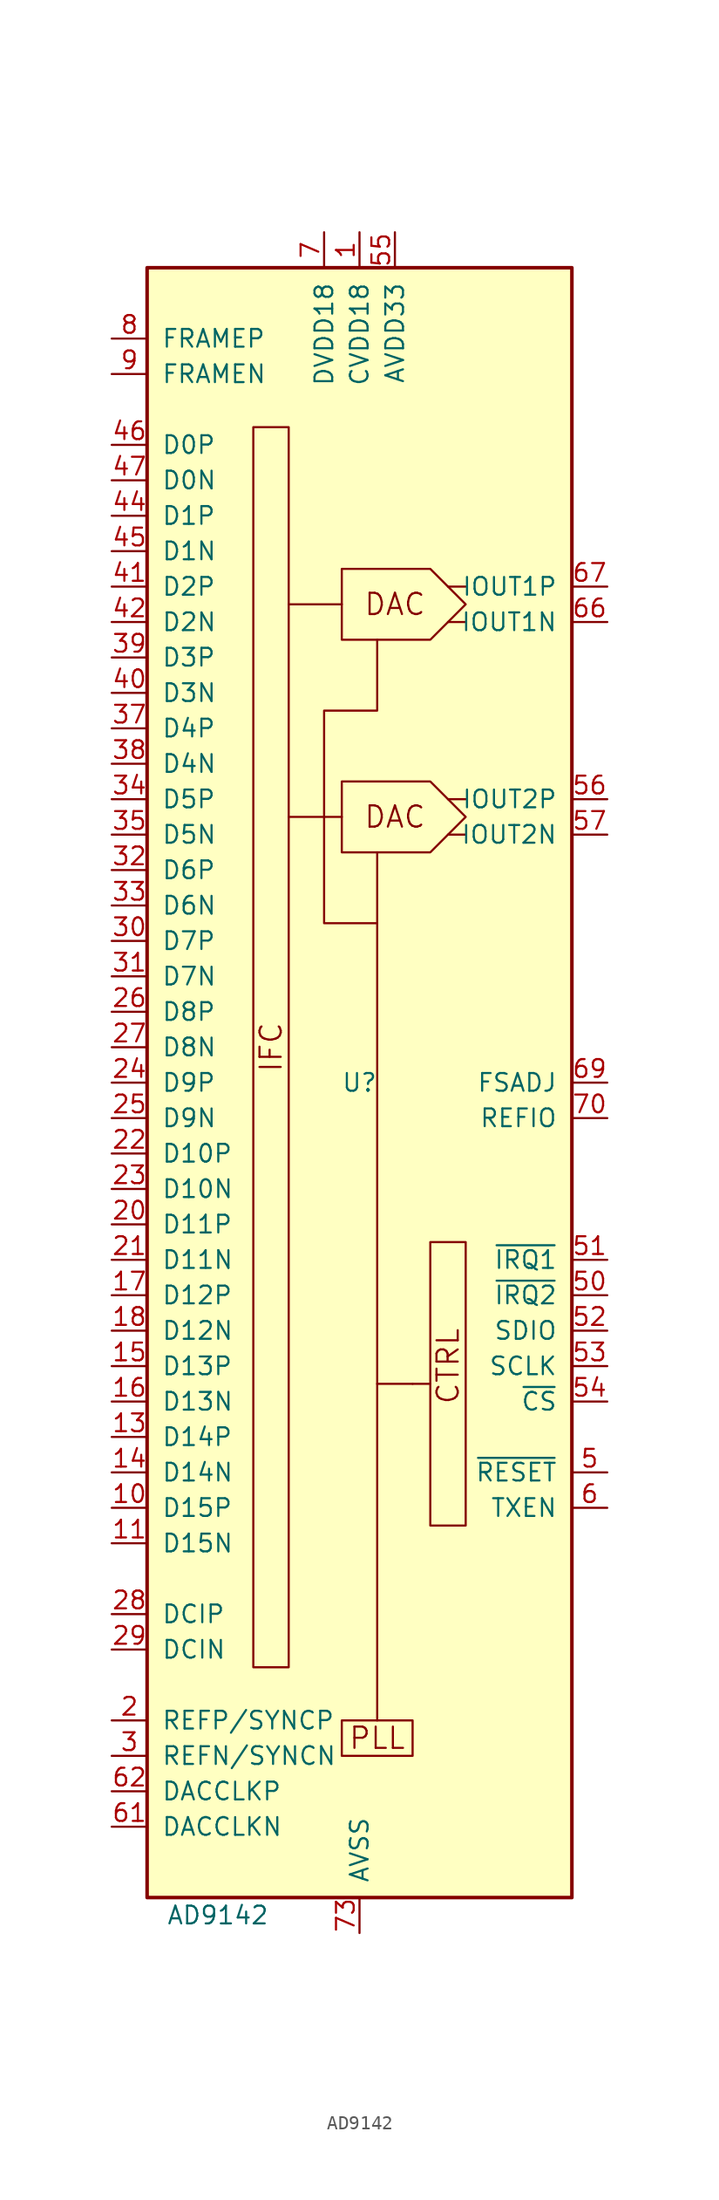
<source format=kicad_sym>
(kicad_symbol_lib
  (version 20201005)
  (generator kicad_symbol_editor)
  (symbol "Analog_DAC:AD9142"
    (pin_names
      (offset 1.016))
    (property "Reference" "U"
      (at 0 0 0)
      (effects (font (size 1.27 1.27))))
    (property "Value" "AD9142"
      (at -10.16 -59.69 0)
      (effects (font (size 1.27 1.27))))
    (symbol "AD9142_0_0"
      (text "CTRL" (at 6.35 -20.32 900) (effects (font (size 1.524 1.524))))
      (text "DAC" (at 2.54 19.05 0) (effects (font (size 1.524 1.524))))
      (text "DAC" (at 2.54 34.29 0) (effects (font (size 1.524 1.524))))
      (text "IFC" (at -6.35 2.54 900) (effects (font (size 1.524 1.524))))
      (text "PLL" (at 1.27 -46.99 0) (effects (font (size 1.524 1.524))))
      (rectangle (start -7.62 46.99) (end -5.08 -41.91) (stroke (width 0)) (fill (type none)))
      (rectangle (start -1.27 -45.72) (end 3.81 -48.26) (stroke (width 0)) (fill (type none)))
      (rectangle (start 5.08 -11.43) (end 7.62 -31.75) (stroke (width 0)) (fill (type none)))
      (polyline (pts (xy -1.27 19.05) (xy -5.08 19.05)) (stroke (width 0)) (fill (type none)))
      (polyline (pts (xy -1.27 34.29) (xy -5.08 34.29)) (stroke (width 0)) (fill (type none)))
      (polyline (pts (xy 1.27 -45.72) (xy 1.27 16.51)) (stroke (width 0)) (fill (type none)))
      (polyline (pts (xy 3.81 -21.59) (xy 1.27 -21.59)) (stroke (width 0)) (fill (type none)))
      (polyline (pts (xy 5.08 -21.59) (xy 3.81 -21.59)) (stroke (width 0)) (fill (type none)))
      (polyline (pts (xy 6.35 17.78) (xy 7.62 17.78)) (stroke (width 0)) (fill (type none)))
      (polyline (pts (xy 6.35 20.32) (xy 7.62 20.32)) (stroke (width 0)) (fill (type none)))
      (polyline (pts (xy 6.35 33.02) (xy 7.62 33.02)) (stroke (width 0)) (fill (type none)))
      (polyline (pts (xy 6.35 35.56) (xy 7.62 35.56)) (stroke (width 0)) (fill (type none)))
      (polyline (pts (xy 1.27 11.43) (xy -2.54 11.43) (xy -2.54 26.67) (xy 1.27 26.67) (xy 1.27 31.75)) (stroke (width 0)) (fill (type none)))
      (polyline (pts (xy -1.27 21.59) (xy 5.08 21.59) (xy 7.62 19.05) (xy 5.08 16.51) (xy -1.27 16.51) (xy -1.27 21.59)) (stroke (width 0)) (fill (type none)))
      (polyline (pts (xy -1.27 36.83) (xy 5.08 36.83) (xy 7.62 34.29) (xy 5.08 31.75) (xy -1.27 31.75) (xy -1.27 36.83)) (stroke (width 0)) (fill (type none))))
    (symbol "AD9142_0_1"
      (rectangle (start -15.24 58.42) (end 15.24 -58.42) (stroke (width 0.254)) (fill (type background))))
    (symbol "AD9142_1_1"
      (pin power_in line (at 0 60.96 270) (length 2.54) (name "CVDD18" (effects (font (size 1.27 1.27)))) (number "1" (effects (font (size 1.27 1.27)))))
      (pin input line (at -17.78 -30.48 0) (length 2.54) (name "D15P" (effects (font (size 1.27 1.27)))) (number "10" (effects (font (size 1.27 1.27)))))
      (pin input line (at -17.78 -33.02 0) (length 2.54) (name "D15N" (effects (font (size 1.27 1.27)))) (number "11" (effects (font (size 1.27 1.27)))))
      (pin passive line (at -2.54 60.96 270) (length 2.54) hide (name "DVDD18" (effects (font (size 1.27 1.27)))) (number "12" (effects (font (size 1.27 1.27)))))
      (pin input line (at -17.78 -25.4 0) (length 2.54) (name "D14P" (effects (font (size 1.27 1.27)))) (number "13" (effects (font (size 1.27 1.27)))))
      (pin input line (at -17.78 -27.94 0) (length 2.54) (name "D14N" (effects (font (size 1.27 1.27)))) (number "14" (effects (font (size 1.27 1.27)))))
      (pin input line (at -17.78 -20.32 0) (length 2.54) (name "D13P" (effects (font (size 1.27 1.27)))) (number "15" (effects (font (size 1.27 1.27)))))
      (pin input line (at -17.78 -22.86 0) (length 2.54) (name "D13N" (effects (font (size 1.27 1.27)))) (number "16" (effects (font (size 1.27 1.27)))))
      (pin input line (at -17.78 -15.24 0) (length 2.54) (name "D12P" (effects (font (size 1.27 1.27)))) (number "17" (effects (font (size 1.27 1.27)))))
      (pin input line (at -17.78 -17.78 0) (length 2.54) (name "D12N" (effects (font (size 1.27 1.27)))) (number "18" (effects (font (size 1.27 1.27)))))
      (pin passive line (at -2.54 60.96 270) (length 2.54) hide (name "DVDD18" (effects (font (size 1.27 1.27)))) (number "19" (effects (font (size 1.27 1.27)))))
      (pin input line (at -17.78 -45.72 0) (length 2.54) (name "REFP/SYNCP" (effects (font (size 1.27 1.27)))) (number "2" (effects (font (size 1.27 1.27)))))
      (pin input line (at -17.78 -10.16 0) (length 2.54) (name "D11P" (effects (font (size 1.27 1.27)))) (number "20" (effects (font (size 1.27 1.27)))))
      (pin input line (at -17.78 -12.7 0) (length 2.54) (name "D11N" (effects (font (size 1.27 1.27)))) (number "21" (effects (font (size 1.27 1.27)))))
      (pin input line (at -17.78 -5.08 0) (length 2.54) (name "D10P" (effects (font (size 1.27 1.27)))) (number "22" (effects (font (size 1.27 1.27)))))
      (pin input line (at -17.78 -7.62 0) (length 2.54) (name "D10N" (effects (font (size 1.27 1.27)))) (number "23" (effects (font (size 1.27 1.27)))))
      (pin input line (at -17.78 0 0) (length 2.54) (name "D9P" (effects (font (size 1.27 1.27)))) (number "24" (effects (font (size 1.27 1.27)))))
      (pin input line (at -17.78 -2.54 0) (length 2.54) (name "D9N" (effects (font (size 1.27 1.27)))) (number "25" (effects (font (size 1.27 1.27)))))
      (pin input line (at -17.78 5.08 0) (length 2.54) (name "D8P" (effects (font (size 1.27 1.27)))) (number "26" (effects (font (size 1.27 1.27)))))
      (pin input line (at -17.78 2.54 0) (length 2.54) (name "D8N" (effects (font (size 1.27 1.27)))) (number "27" (effects (font (size 1.27 1.27)))))
      (pin input line (at -17.78 -38.1 0) (length 2.54) (name "DCIP" (effects (font (size 1.27 1.27)))) (number "28" (effects (font (size 1.27 1.27)))))
      (pin input line (at -17.78 -40.64 0) (length 2.54) (name "DCIN" (effects (font (size 1.27 1.27)))) (number "29" (effects (font (size 1.27 1.27)))))
      (pin input line (at -17.78 -48.26 0) (length 2.54) (name "REFN/SYNCN" (effects (font (size 1.27 1.27)))) (number "3" (effects (font (size 1.27 1.27)))))
      (pin input line (at -17.78 10.16 0) (length 2.54) (name "D7P" (effects (font (size 1.27 1.27)))) (number "30" (effects (font (size 1.27 1.27)))))
      (pin input line (at -17.78 7.62 0) (length 2.54) (name "D7N" (effects (font (size 1.27 1.27)))) (number "31" (effects (font (size 1.27 1.27)))))
      (pin input line (at -17.78 15.24 0) (length 2.54) (name "D6P" (effects (font (size 1.27 1.27)))) (number "32" (effects (font (size 1.27 1.27)))))
      (pin input line (at -17.78 12.7 0) (length 2.54) (name "D6N" (effects (font (size 1.27 1.27)))) (number "33" (effects (font (size 1.27 1.27)))))
      (pin input line (at -17.78 20.32 0) (length 2.54) (name "D5P" (effects (font (size 1.27 1.27)))) (number "34" (effects (font (size 1.27 1.27)))))
      (pin input line (at -17.78 17.78 0) (length 2.54) (name "D5N" (effects (font (size 1.27 1.27)))) (number "35" (effects (font (size 1.27 1.27)))))
      (pin passive line (at -2.54 60.96 270) (length 2.54) hide (name "DVDD18" (effects (font (size 1.27 1.27)))) (number "36" (effects (font (size 1.27 1.27)))))
      (pin input line (at -17.78 25.4 0) (length 2.54) (name "D4P" (effects (font (size 1.27 1.27)))) (number "37" (effects (font (size 1.27 1.27)))))
      (pin input line (at -17.78 22.86 0) (length 2.54) (name "D4N" (effects (font (size 1.27 1.27)))) (number "38" (effects (font (size 1.27 1.27)))))
      (pin input line (at -17.78 30.48 0) (length 2.54) (name "D3P" (effects (font (size 1.27 1.27)))) (number "39" (effects (font (size 1.27 1.27)))))
      (pin passive line (at 0 60.96 270) (length 2.54) hide (name "CVDD18" (effects (font (size 1.27 1.27)))) (number "4" (effects (font (size 1.27 1.27)))))
      (pin input line (at -17.78 27.94 0) (length 2.54) (name "D3N" (effects (font (size 1.27 1.27)))) (number "40" (effects (font (size 1.27 1.27)))))
      (pin input line (at -17.78 35.56 0) (length 2.54) (name "D2P" (effects (font (size 1.27 1.27)))) (number "41" (effects (font (size 1.27 1.27)))))
      (pin input line (at -17.78 33.02 0) (length 2.54) (name "D2N" (effects (font (size 1.27 1.27)))) (number "42" (effects (font (size 1.27 1.27)))))
      (pin passive line (at -2.54 60.96 270) (length 2.54) hide (name "DVDD18" (effects (font (size 1.27 1.27)))) (number "43" (effects (font (size 1.27 1.27)))))
      (pin input line (at -17.78 40.64 0) (length 2.54) (name "D1P" (effects (font (size 1.27 1.27)))) (number "44" (effects (font (size 1.27 1.27)))))
      (pin input line (at -17.78 38.1 0) (length 2.54) (name "D1N" (effects (font (size 1.27 1.27)))) (number "45" (effects (font (size 1.27 1.27)))))
      (pin input line (at -17.78 45.72 0) (length 2.54) (name "D0P" (effects (font (size 1.27 1.27)))) (number "46" (effects (font (size 1.27 1.27)))))
      (pin input line (at -17.78 43.18 0) (length 2.54) (name "D0N" (effects (font (size 1.27 1.27)))) (number "47" (effects (font (size 1.27 1.27)))))
      (pin passive line (at -2.54 60.96 270) (length 2.54) hide (name "DVDD18" (effects (font (size 1.27 1.27)))) (number "48" (effects (font (size 1.27 1.27)))))
      (pin passive line (at -2.54 60.96 270) (length 2.54) hide (name "DVDD18" (effects (font (size 1.27 1.27)))) (number "49" (effects (font (size 1.27 1.27)))))
      (pin input line (at 17.78 -27.94 180) (length 2.54) (name "~RESET" (effects (font (size 1.27 1.27)))) (number "5" (effects (font (size 1.27 1.27)))))
      (pin input line (at 17.78 -15.24 180) (length 2.54) (name "~IRQ2" (effects (font (size 1.27 1.27)))) (number "50" (effects (font (size 1.27 1.27)))))
      (pin input line (at 17.78 -12.7 180) (length 2.54) (name "~IRQ1" (effects (font (size 1.27 1.27)))) (number "51" (effects (font (size 1.27 1.27)))))
      (pin bidirectional line (at 17.78 -17.78 180) (length 2.54) (name "SDIO" (effects (font (size 1.27 1.27)))) (number "52" (effects (font (size 1.27 1.27)))))
      (pin input line (at 17.78 -20.32 180) (length 2.54) (name "SCLK" (effects (font (size 1.27 1.27)))) (number "53" (effects (font (size 1.27 1.27)))))
      (pin input line (at 17.78 -22.86 180) (length 2.54) (name "~CS" (effects (font (size 1.27 1.27)))) (number "54" (effects (font (size 1.27 1.27)))))
      (pin power_in line (at 2.54 60.96 270) (length 2.54) (name "AVDD33" (effects (font (size 1.27 1.27)))) (number "55" (effects (font (size 1.27 1.27)))))
      (pin output line (at 17.78 20.32 180) (length 2.54) (name "IOUT2P" (effects (font (size 1.27 1.27)))) (number "56" (effects (font (size 1.27 1.27)))))
      (pin output line (at 17.78 17.78 180) (length 2.54) (name "IOUT2N" (effects (font (size 1.27 1.27)))) (number "57" (effects (font (size 1.27 1.27)))))
      (pin passive line (at 2.54 60.96 270) (length 2.54) hide (name "AVDD33" (effects (font (size 1.27 1.27)))) (number "58" (effects (font (size 1.27 1.27)))))
      (pin passive line (at 0 60.96 270) (length 2.54) hide (name "CVDD18" (effects (font (size 1.27 1.27)))) (number "59" (effects (font (size 1.27 1.27)))))
      (pin input line (at 17.78 -30.48 180) (length 2.54) (name "TXEN" (effects (font (size 1.27 1.27)))) (number "6" (effects (font (size 1.27 1.27)))))
      (pin passive line (at 0 60.96 270) (length 2.54) hide (name "CVDD18" (effects (font (size 1.27 1.27)))) (number "60" (effects (font (size 1.27 1.27)))))
      (pin input line (at -17.78 -53.34 0) (length 2.54) (name "DACCLKN" (effects (font (size 1.27 1.27)))) (number "61" (effects (font (size 1.27 1.27)))))
      (pin input line (at -17.78 -50.8 0) (length 2.54) (name "DACCLKP" (effects (font (size 1.27 1.27)))) (number "62" (effects (font (size 1.27 1.27)))))
      (pin passive line (at 0 60.96 270) (length 2.54) hide (name "CVDD18" (effects (font (size 1.27 1.27)))) (number "63" (effects (font (size 1.27 1.27)))))
      (pin passive line (at 0 60.96 270) (length 2.54) hide (name "CVDD18" (effects (font (size 1.27 1.27)))) (number "64" (effects (font (size 1.27 1.27)))))
      (pin passive line (at 2.54 60.96 270) (length 2.54) hide (name "AVDD33" (effects (font (size 1.27 1.27)))) (number "65" (effects (font (size 1.27 1.27)))))
      (pin output line (at 17.78 33.02 180) (length 2.54) (name "IOUT1N" (effects (font (size 1.27 1.27)))) (number "66" (effects (font (size 1.27 1.27)))))
      (pin output line (at 17.78 35.56 180) (length 2.54) (name "IOUT1P" (effects (font (size 1.27 1.27)))) (number "67" (effects (font (size 1.27 1.27)))))
      (pin passive line (at 2.54 60.96 270) (length 2.54) hide (name "AVDD33" (effects (font (size 1.27 1.27)))) (number "68" (effects (font (size 1.27 1.27)))))
      (pin input line (at 17.78 0 180) (length 2.54) (name "FSADJ" (effects (font (size 1.27 1.27)))) (number "69" (effects (font (size 1.27 1.27)))))
      (pin power_in line (at -2.54 60.96 270) (length 2.54) (name "DVDD18" (effects (font (size 1.27 1.27)))) (number "7" (effects (font (size 1.27 1.27)))))
      (pin input line (at 17.78 -2.54 180) (length 2.54) (name "REFIO" (effects (font (size 1.27 1.27)))) (number "70" (effects (font (size 1.27 1.27)))))
      (pin passive line (at 0 60.96 270) (length 2.54) hide (name "CVDD18" (effects (font (size 1.27 1.27)))) (number "71" (effects (font (size 1.27 1.27)))))
      (pin passive line (at 0 60.96 270) (length 2.54) hide (name "CVDD18" (effects (font (size 1.27 1.27)))) (number "72" (effects (font (size 1.27 1.27)))))
      (pin power_in line (at 0 -60.96 90) (length 2.54) (name "AVSS" (effects (font (size 1.27 1.27)))) (number "73" (effects (font (size 1.27 1.27)))))
      (pin input line (at -17.78 53.34 0) (length 2.54) (name "FRAMEP" (effects (font (size 1.27 1.27)))) (number "8" (effects (font (size 1.27 1.27)))))
      (pin input line (at -17.78 50.8 0) (length 2.54) (name "FRAMEN" (effects (font (size 1.27 1.27)))) (number "9" (effects (font (size 1.27 1.27))))))))
</source>
